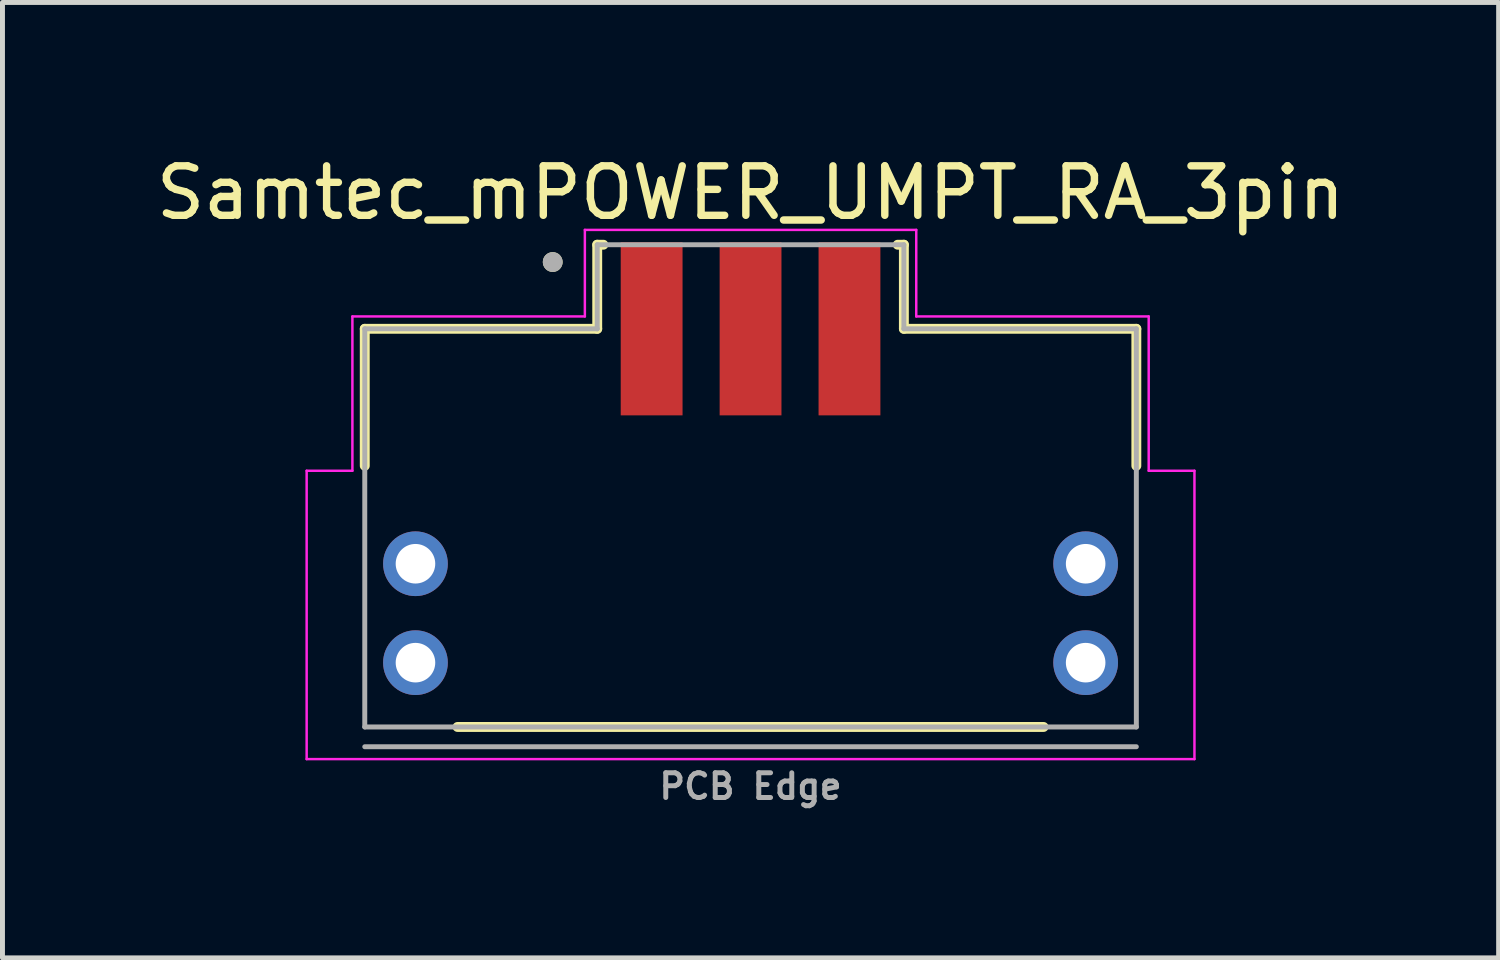
<source format=kicad_pcb>
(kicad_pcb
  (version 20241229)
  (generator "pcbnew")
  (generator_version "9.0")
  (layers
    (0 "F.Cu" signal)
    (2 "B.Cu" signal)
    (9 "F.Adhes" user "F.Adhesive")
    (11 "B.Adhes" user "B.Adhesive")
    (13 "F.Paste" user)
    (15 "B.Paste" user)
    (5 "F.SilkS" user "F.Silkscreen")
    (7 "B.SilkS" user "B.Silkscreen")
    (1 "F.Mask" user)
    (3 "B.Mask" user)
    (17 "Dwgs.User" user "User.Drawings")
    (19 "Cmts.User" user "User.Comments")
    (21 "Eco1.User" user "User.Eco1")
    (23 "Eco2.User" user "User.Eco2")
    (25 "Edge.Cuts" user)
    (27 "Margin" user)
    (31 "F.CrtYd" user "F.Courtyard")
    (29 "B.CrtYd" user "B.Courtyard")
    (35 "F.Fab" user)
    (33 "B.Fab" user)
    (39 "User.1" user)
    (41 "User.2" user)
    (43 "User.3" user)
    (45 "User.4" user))
  (footprint "Samtec_mPOWER_UMPT_RA_3pin"
    (layer "F.Cu")
    (at 12.125 9.348)
    (property "Reference" "Samtec_mPOWER_UMPT_RA_3pin" (at 0 -8.5 0) (layer "F.SilkS") (effects (font (size 1 1) (thickness 0.15))))
    (attr through_hole)
    (fp_line (start -7.8 -5.75) (end -7.8 -2.98) (stroke (width 0.2) (type solid)) (layer "F.SilkS"))
    (fp_line (start -7.8 -5.75) (end -3.1 -5.75) (stroke (width 0.2) (type solid)) (layer "F.SilkS"))
    (fp_line (start -3.1 -7.45) (end -2.975 -7.45) (stroke (width 0.2) (type solid)) (layer "F.SilkS"))
    (fp_line (start -3.1 -5.75) (end -3.1 -7.45) (stroke (width 0.2) (type solid)) (layer "F.SilkS"))
    (fp_line (start 2.975 -7.45) (end 3.1 -7.45) (stroke (width 0.2) (type solid)) (layer "F.SilkS"))
    (fp_line (start 3.1 -7.45) (end 3.1 -5.75) (stroke (width 0.2) (type solid)) (layer "F.SilkS"))
    (fp_line (start 3.1 -5.75) (end 7.8 -5.75) (stroke (width 0.2) (type solid)) (layer "F.SilkS"))
    (fp_line (start 5.925 2.3) (end -5.925 2.3) (stroke (width 0.2) (type solid)) (layer "F.SilkS"))
    (fp_line (start 7.8 -5.75) (end 7.8 -2.98) (stroke (width 0.2) (type solid)) (layer "F.SilkS"))
    (fp_circle (center -4 -7.1) (end -3.9 -7.1) (stroke (width 0.2) (type solid)) (fill no) (layer "F.SilkS"))
    (fp_poly (pts (xy -8.725 -2.63) (xy -6.275 -2.63) (xy -6.275 -0.35) (xy -8.725 -0.35)) (stroke (width 0.01) (type solid)) (fill yes) (layer "F.Paste"))
    (fp_poly (pts (xy -8.725 0.35) (xy -6.275 0.35) (xy -6.275 2.63) (xy -8.725 2.63)) (stroke (width 0.01) (type solid)) (fill yes) (layer "F.Paste"))
    (fp_poly (pts (xy 6.275 -2.63) (xy 8.725 -2.63) (xy 8.725 -0.35) (xy 6.275 -0.35)) (stroke (width 0.01) (type solid)) (fill yes) (layer "F.Paste"))
    (fp_poly (pts (xy 6.275 0.35) (xy 8.725 0.35) (xy 8.725 2.63) (xy 6.275 2.63)) (stroke (width 0.01) (type solid)) (fill yes) (layer "F.Paste"))
    (fp_line (start -8.975 -2.88) (end -8.975 2.95) (stroke (width 0.05) (type solid)) (layer "F.CrtYd"))
    (fp_line (start -8.975 2.95) (end 8.975 2.95) (stroke (width 0.05) (type solid)) (layer "F.CrtYd"))
    (fp_line (start -8.05 -6) (end -3.35 -6) (stroke (width 0.05) (type solid)) (layer "F.CrtYd"))
    (fp_line (start -8.05 -2.88) (end -8.975 -2.88) (stroke (width 0.05) (type solid)) (layer "F.CrtYd"))
    (fp_line (start -8.05 -2.88) (end -8.05 -6) (stroke (width 0.05) (type solid)) (layer "F.CrtYd"))
    (fp_line (start -3.35 -7.75) (end 3.35 -7.75) (stroke (width 0.05) (type solid)) (layer "F.CrtYd"))
    (fp_line (start -3.35 -6) (end -3.35 -7.75) (stroke (width 0.05) (type solid)) (layer "F.CrtYd"))
    (fp_line (start 3.35 -7.75) (end 3.35 -6) (stroke (width 0.05) (type solid)) (layer "F.CrtYd"))
    (fp_line (start 3.35 -6) (end 8.05 -6) (stroke (width 0.05) (type solid)) (layer "F.CrtYd"))
    (fp_line (start 8.05 -6) (end 8.05 -2.88) (stroke (width 0.05) (type solid)) (layer "F.CrtYd"))
    (fp_line (start 8.05 -2.88) (end 8.975 -2.88) (stroke (width 0.05) (type solid)) (layer "F.CrtYd"))
    (fp_line (start 8.975 -2.88) (end 8.975 2.95) (stroke (width 0.05) (type solid)) (layer "F.CrtYd"))
    (fp_line (start -7.8 -5.75) (end -3.1 -5.75) (stroke (width 0.1) (type solid)) (layer "F.Fab"))
    (fp_line (start -7.8 2.3) (end -7.8 -5.75) (stroke (width 0.1) (type solid)) (layer "F.Fab"))
    (fp_line (start -7.8 2.7) (end 7.8 2.7) (stroke (width 0.1) (type solid)) (layer "F.Fab"))
    (fp_line (start -3.1 -7.45) (end 3.1 -7.45) (stroke (width 0.1) (type solid)) (layer "F.Fab"))
    (fp_line (start -3.1 -5.75) (end -3.1 -7.45) (stroke (width 0.1) (type solid)) (layer "F.Fab"))
    (fp_line (start 3.1 -7.45) (end 3.1 -5.75) (stroke (width 0.1) (type solid)) (layer "F.Fab"))
    (fp_line (start 3.1 -5.75) (end 7.8 -5.75) (stroke (width 0.1) (type solid)) (layer "F.Fab"))
    (fp_line (start 7.8 -5.75) (end 7.8 2.3) (stroke (width 0.1) (type solid)) (layer "F.Fab"))
    (fp_line (start 7.8 2.3) (end -7.8 2.3) (stroke (width 0.1) (type solid)) (layer "F.Fab"))
    (fp_circle (center -4 -7.1) (end -3.9 -7.1) (stroke (width 0.2) (type solid)) (fill no) (layer "F.Fab"))
    (fp_text user "PCB Edge" (at 0 3.5 0) (layer "F.Fab") (effects (font (size 0.5 0.5) (thickness 0.1))))
    (pad "1" smd rect (at -2 -5.75) (size 1.25 3.5) (layers "F.Cu" "F.Mask" "F.Paste"))
    (pad "2" smd rect (at 0 -5.75) (size 1.25 3.5) (layers "F.Cu" "F.Mask" "F.Paste"))
    (pad "3" smd rect (at 2 -5.75) (size 1.25 3.5) (layers "F.Cu" "F.Mask" "F.Paste"))
    (pad "MP" thru_hole circle (at -6.775 -1) (size 1.308 1.308) (drill 0.8) (layers "*.Cu" "*.Mask"))
    (pad "MP" thru_hole circle (at -6.775 1) (size 1.308 1.308) (drill 0.8) (layers "*.Cu" "*.Mask"))
    (pad "MP" thru_hole circle (at 6.775 -1) (size 1.308 1.308) (drill 0.8) (layers "*.Cu" "*.Mask"))
    (pad "MP" thru_hole circle (at 6.775 1) (size 1.308 1.308) (drill 0.8) (layers "*.Cu" "*.Mask")))
  (gr_rect
    (start -3 -3)
    (end 27.25 16.316)
    (stroke (width 0.1) (type default))
    (fill no)
    (layer "Edge.Cuts")))
</source>
